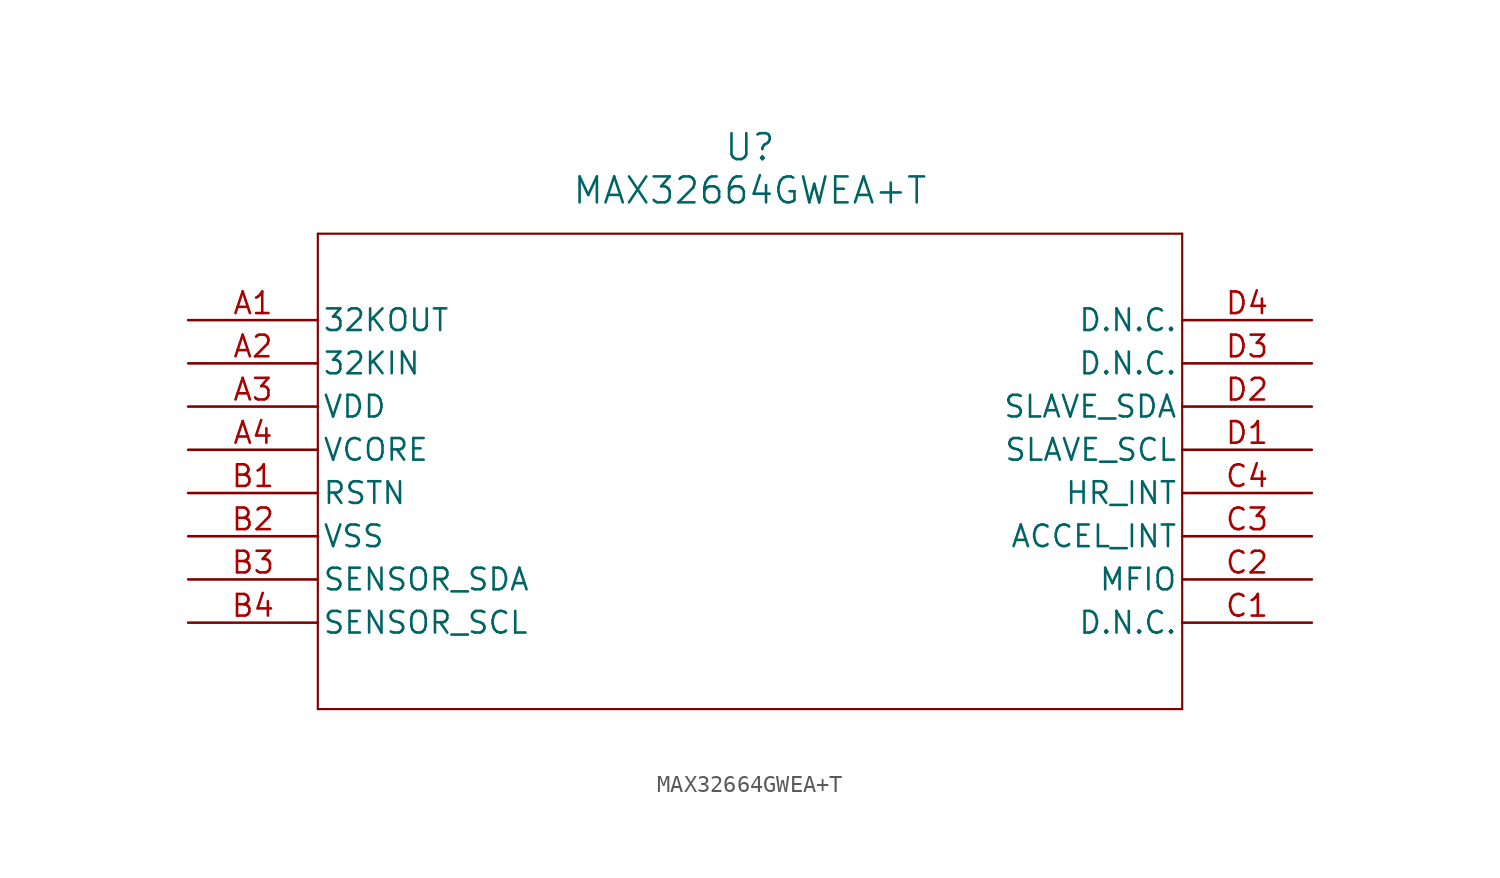
<source format=kicad_sym>
(kicad_symbol_lib
  (version 20211014)
  (generator kicad_symbol_editor)
  (symbol "MAX32664GWEA+T"
    (pin_names
      (offset 0.254))
    (property "Reference" "U"
      (at 33.02 10.16 0)
      (effects (font (size 1.524 1.524))))
    (property "Value" "MAX32664GWEA+T"
      (at 33.02 7.62 0)
      (effects (font (size 1.524 1.524))))
    (symbol "MAX32664GWEA+T_0_1"
      (polyline (pts (xy 7.62 5.08) (xy 7.62 -22.86)) (stroke (width 0.127) (type default) (color 0 0 0 0)) (fill (type none)))
      (polyline (pts (xy 7.62 -22.86) (xy 58.42 -22.86)) (stroke (width 0.127) (type default) (color 0 0 0 0)) (fill (type none)))
      (polyline (pts (xy 58.42 -22.86) (xy 58.42 5.08)) (stroke (width 0.127) (type default) (color 0 0 0 0)) (fill (type none)))
      (polyline (pts (xy 58.42 5.08) (xy 7.62 5.08)) (stroke (width 0.127) (type default) (color 0 0 0 0)) (fill (type none)))
      (pin output line (at 0 0 0) (length 7.62) (name "32KOUT" (effects (font (size 1.27 1.27)))) (number "A1" (effects (font (size 1.27 1.27)))))
      (pin bidirectional line (at 0 -2.54 0) (length 7.62) (name "32KIN" (effects (font (size 1.27 1.27)))) (number "A2" (effects (font (size 1.27 1.27)))))
      (pin power_in line (at 0 -5.08 0) (length 7.62) (name "VDD" (effects (font (size 1.27 1.27)))) (number "A3" (effects (font (size 1.27 1.27)))))
      (pin unspecified line (at 0 -7.62 0) (length 7.62) (name "VCORE" (effects (font (size 1.27 1.27)))) (number "A4" (effects (font (size 1.27 1.27)))))
      (pin unspecified line (at 0 -10.16 0) (length 7.62) (name "RSTN" (effects (font (size 1.27 1.27)))) (number "B1" (effects (font (size 1.27 1.27)))))
      (pin power_out line (at 0 -12.7 0) (length 7.62) (name "VSS" (effects (font (size 1.27 1.27)))) (number "B2" (effects (font (size 1.27 1.27)))))
      (pin unspecified line (at 0 -15.24 0) (length 7.62) (name "SENSOR_SDA" (effects (font (size 1.27 1.27)))) (number "B3" (effects (font (size 1.27 1.27)))))
      (pin unspecified line (at 0 -17.78 0) (length 7.62) (name "SENSOR_SCL" (effects (font (size 1.27 1.27)))) (number "B4" (effects (font (size 1.27 1.27)))))
      (pin bidirectional line (at 66.04 -17.78 180) (length 7.62) (name "D.N.C." (effects (font (size 1.27 1.27)))) (number "C1" (effects (font (size 1.27 1.27)))))
      (pin unspecified line (at 66.04 -15.24 180) (length 7.62) (name "MFIO" (effects (font (size 1.27 1.27)))) (number "C2" (effects (font (size 1.27 1.27)))))
      (pin unspecified line (at 66.04 -12.7 180) (length 7.62) (name "ACCEL_INT" (effects (font (size 1.27 1.27)))) (number "C3" (effects (font (size 1.27 1.27)))))
      (pin unspecified line (at 66.04 -10.16 180) (length 7.62) (name "HR_INT" (effects (font (size 1.27 1.27)))) (number "C4" (effects (font (size 1.27 1.27)))))
      (pin unspecified line (at 66.04 -7.62 180) (length 7.62) (name "SLAVE_SCL" (effects (font (size 1.27 1.27)))) (number "D1" (effects (font (size 1.27 1.27)))))
      (pin unspecified line (at 66.04 -5.08 180) (length 7.62) (name "SLAVE_SDA" (effects (font (size 1.27 1.27)))) (number "D2" (effects (font (size 1.27 1.27)))))
      (pin bidirectional line (at 66.04 -2.54 180) (length 7.62) (name "D.N.C." (effects (font (size 1.27 1.27)))) (number "D3" (effects (font (size 1.27 1.27)))))
      (pin bidirectional line (at 66.04 0 180) (length 7.62) (name "D.N.C." (effects (font (size 1.27 1.27)))) (number "D4" (effects (font (size 1.27 1.27))))))))
</source>
